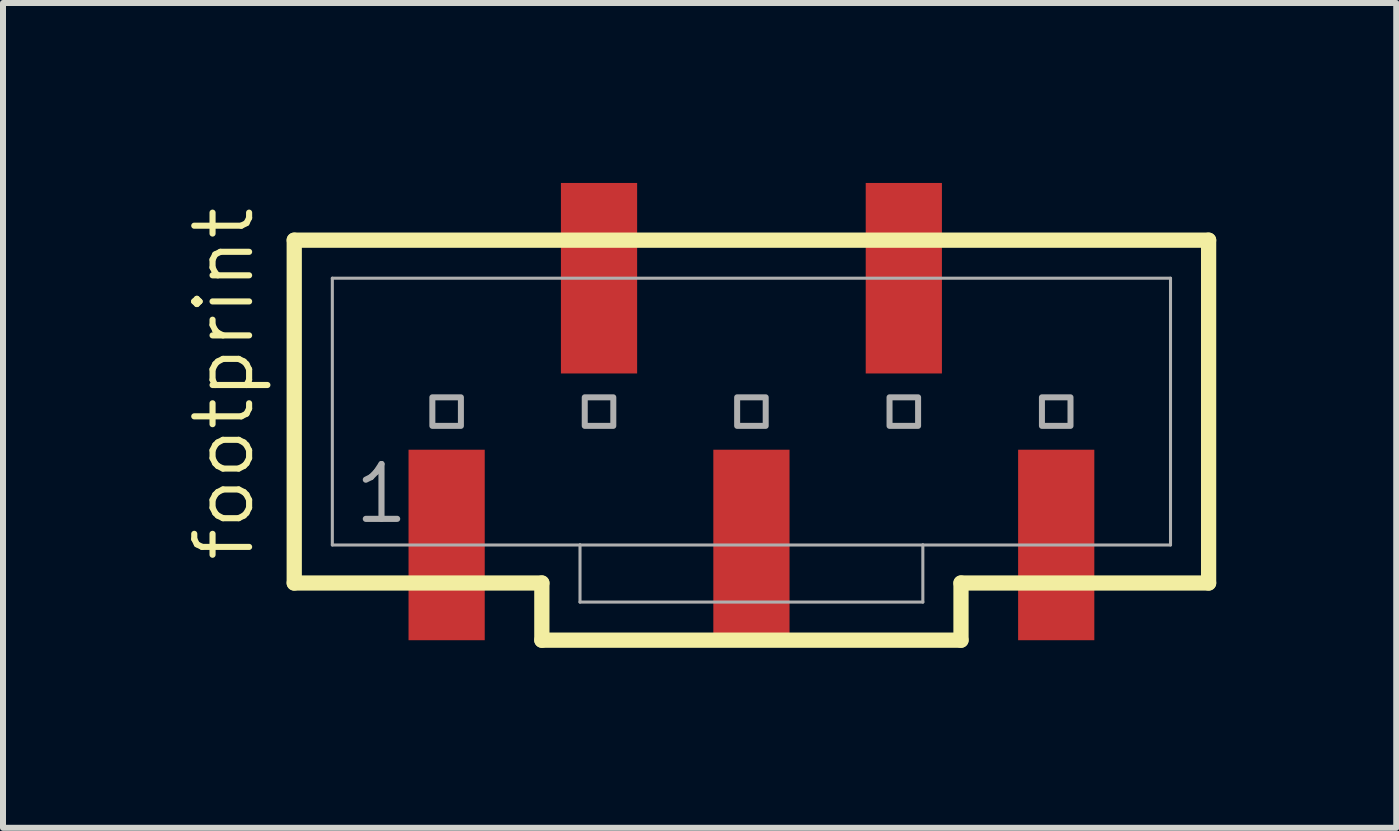
<source format=kicad_pcb>
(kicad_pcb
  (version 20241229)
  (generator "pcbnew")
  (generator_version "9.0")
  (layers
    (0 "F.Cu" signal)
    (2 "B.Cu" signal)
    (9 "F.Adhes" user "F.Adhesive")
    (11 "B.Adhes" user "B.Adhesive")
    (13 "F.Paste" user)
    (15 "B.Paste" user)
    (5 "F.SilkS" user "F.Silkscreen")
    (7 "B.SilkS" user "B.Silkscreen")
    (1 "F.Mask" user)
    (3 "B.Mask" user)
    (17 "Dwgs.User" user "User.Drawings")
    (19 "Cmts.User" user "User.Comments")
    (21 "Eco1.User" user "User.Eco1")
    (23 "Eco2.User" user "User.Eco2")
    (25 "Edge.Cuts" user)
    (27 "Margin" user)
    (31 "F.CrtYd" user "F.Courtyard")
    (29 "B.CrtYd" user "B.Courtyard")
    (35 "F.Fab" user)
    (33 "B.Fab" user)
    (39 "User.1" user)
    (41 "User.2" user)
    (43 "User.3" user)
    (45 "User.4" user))
  (footprint "footprint"
    (layer "F.Cu")
    (at 9.474 3.81)
    (property "Reference" "footprint" (at -8.255 2.54 90) (layer "F.SilkS") (effects (font (size 0.914 0.914) (thickness 0.102)) (justify left bottom)))
    (fp_line (start -7.62 -2.857) (end -7.62 2.857) (stroke (width 0.254) (type solid)) (layer "F.SilkS"))
    (fp_line (start -7.62 2.857) (end -3.493 2.857) (stroke (width 0.254) (type solid)) (layer "F.SilkS"))
    (fp_line (start -3.493 2.857) (end -3.493 3.81) (stroke (width 0.254) (type solid)) (layer "F.SilkS"))
    (fp_line (start -3.493 3.81) (end 3.493 3.81) (stroke (width 0.254) (type solid)) (layer "F.SilkS"))
    (fp_line (start 3.493 2.857) (end 7.62 2.857) (stroke (width 0.254) (type solid)) (layer "F.SilkS"))
    (fp_line (start 3.493 3.81) (end 3.493 2.857) (stroke (width 0.254) (type solid)) (layer "F.SilkS"))
    (fp_line (start 7.62 -2.857) (end -7.62 -2.857) (stroke (width 0.254) (type solid)) (layer "F.SilkS"))
    (fp_line (start 7.62 2.857) (end 7.62 -2.857) (stroke (width 0.254) (type solid)) (layer "F.SilkS"))
    (fp_line (start -6.985 -2.223) (end -6.985 2.223) (stroke (width 0.051) (type solid)) (layer "F.Fab"))
    (fp_line (start -6.985 -2.223) (end 6.985 -2.223) (stroke (width 0.051) (type solid)) (layer "F.Fab"))
    (fp_line (start -6.985 2.223) (end -2.857 2.223) (stroke (width 0.051) (type solid)) (layer "F.Fab"))
    (fp_line (start -2.857 2.223) (end -2.857 3.175) (stroke (width 0.051) (type solid)) (layer "F.Fab"))
    (fp_line (start -2.857 2.223) (end 2.857 2.223) (stroke (width 0.051) (type solid)) (layer "F.Fab"))
    (fp_line (start 2.857 2.223) (end 2.857 3.175) (stroke (width 0.051) (type solid)) (layer "F.Fab"))
    (fp_line (start 2.857 2.223) (end 6.985 2.223) (stroke (width 0.051) (type solid)) (layer "F.Fab"))
    (fp_line (start 2.857 3.175) (end -2.857 3.175) (stroke (width 0.051) (type solid)) (layer "F.Fab"))
    (fp_line (start 6.985 -2.223) (end 6.985 2.223) (stroke (width 0.051) (type solid)) (layer "F.Fab"))
    (fp_poly (pts (xy -5.318 0.238) (xy -4.842 0.238) (xy -4.842 -0.238) (xy -5.318 -0.238)) (stroke (width 0.1) (type solid)) (fill no) (layer "F.Fab"))
    (fp_poly (pts (xy -2.778 0.238) (xy -2.302 0.238) (xy -2.302 -0.238) (xy -2.778 -0.238)) (stroke (width 0.1) (type solid)) (fill no) (layer "F.Fab"))
    (fp_poly (pts (xy -0.238 0.238) (xy 0.238 0.238) (xy 0.238 -0.238) (xy -0.238 -0.238)) (stroke (width 0.1) (type solid)) (fill no) (layer "F.Fab"))
    (fp_poly (pts (xy 2.302 0.238) (xy 2.778 0.238) (xy 2.778 -0.238) (xy 2.302 -0.238)) (stroke (width 0.1) (type solid)) (fill no) (layer "F.Fab"))
    (fp_poly (pts (xy 4.842 0.238) (xy 5.318 0.238) (xy 5.318 -0.238) (xy 4.842 -0.238)) (stroke (width 0.1) (type solid)) (fill no) (layer "F.Fab"))
    (fp_text user "1" (at -6.668 1.905 0) (layer "F.Fab") (effects (font (size 0.914 0.914) (thickness 0.102)) (justify left bottom)))
    (pad "1" smd rect (at -5.08 2.223 270) (size 3.175 1.27) (layers "F.Cu" "F.Mask" "F.Paste"))
    (pad "2" smd rect (at -2.54 -2.223 270) (size 3.175 1.27) (layers "F.Cu" "F.Mask" "F.Paste"))
    (pad "3" smd rect (at 0 2.223 270) (size 3.175 1.27) (layers "F.Cu" "F.Mask" "F.Paste"))
    (pad "4" smd rect (at 2.54 -2.223 270) (size 3.175 1.27) (layers "F.Cu" "F.Mask" "F.Paste"))
    (pad "5" smd rect (at 5.08 2.223 270) (size 3.175 1.27) (layers "F.Cu" "F.Mask" "F.Paste")))
  (gr_rect
    (start -3 -3)
    (end 20.221 10.747)
    (stroke (width 0.1) (type default))
    (fill no)
    (layer "Edge.Cuts")))
</source>
